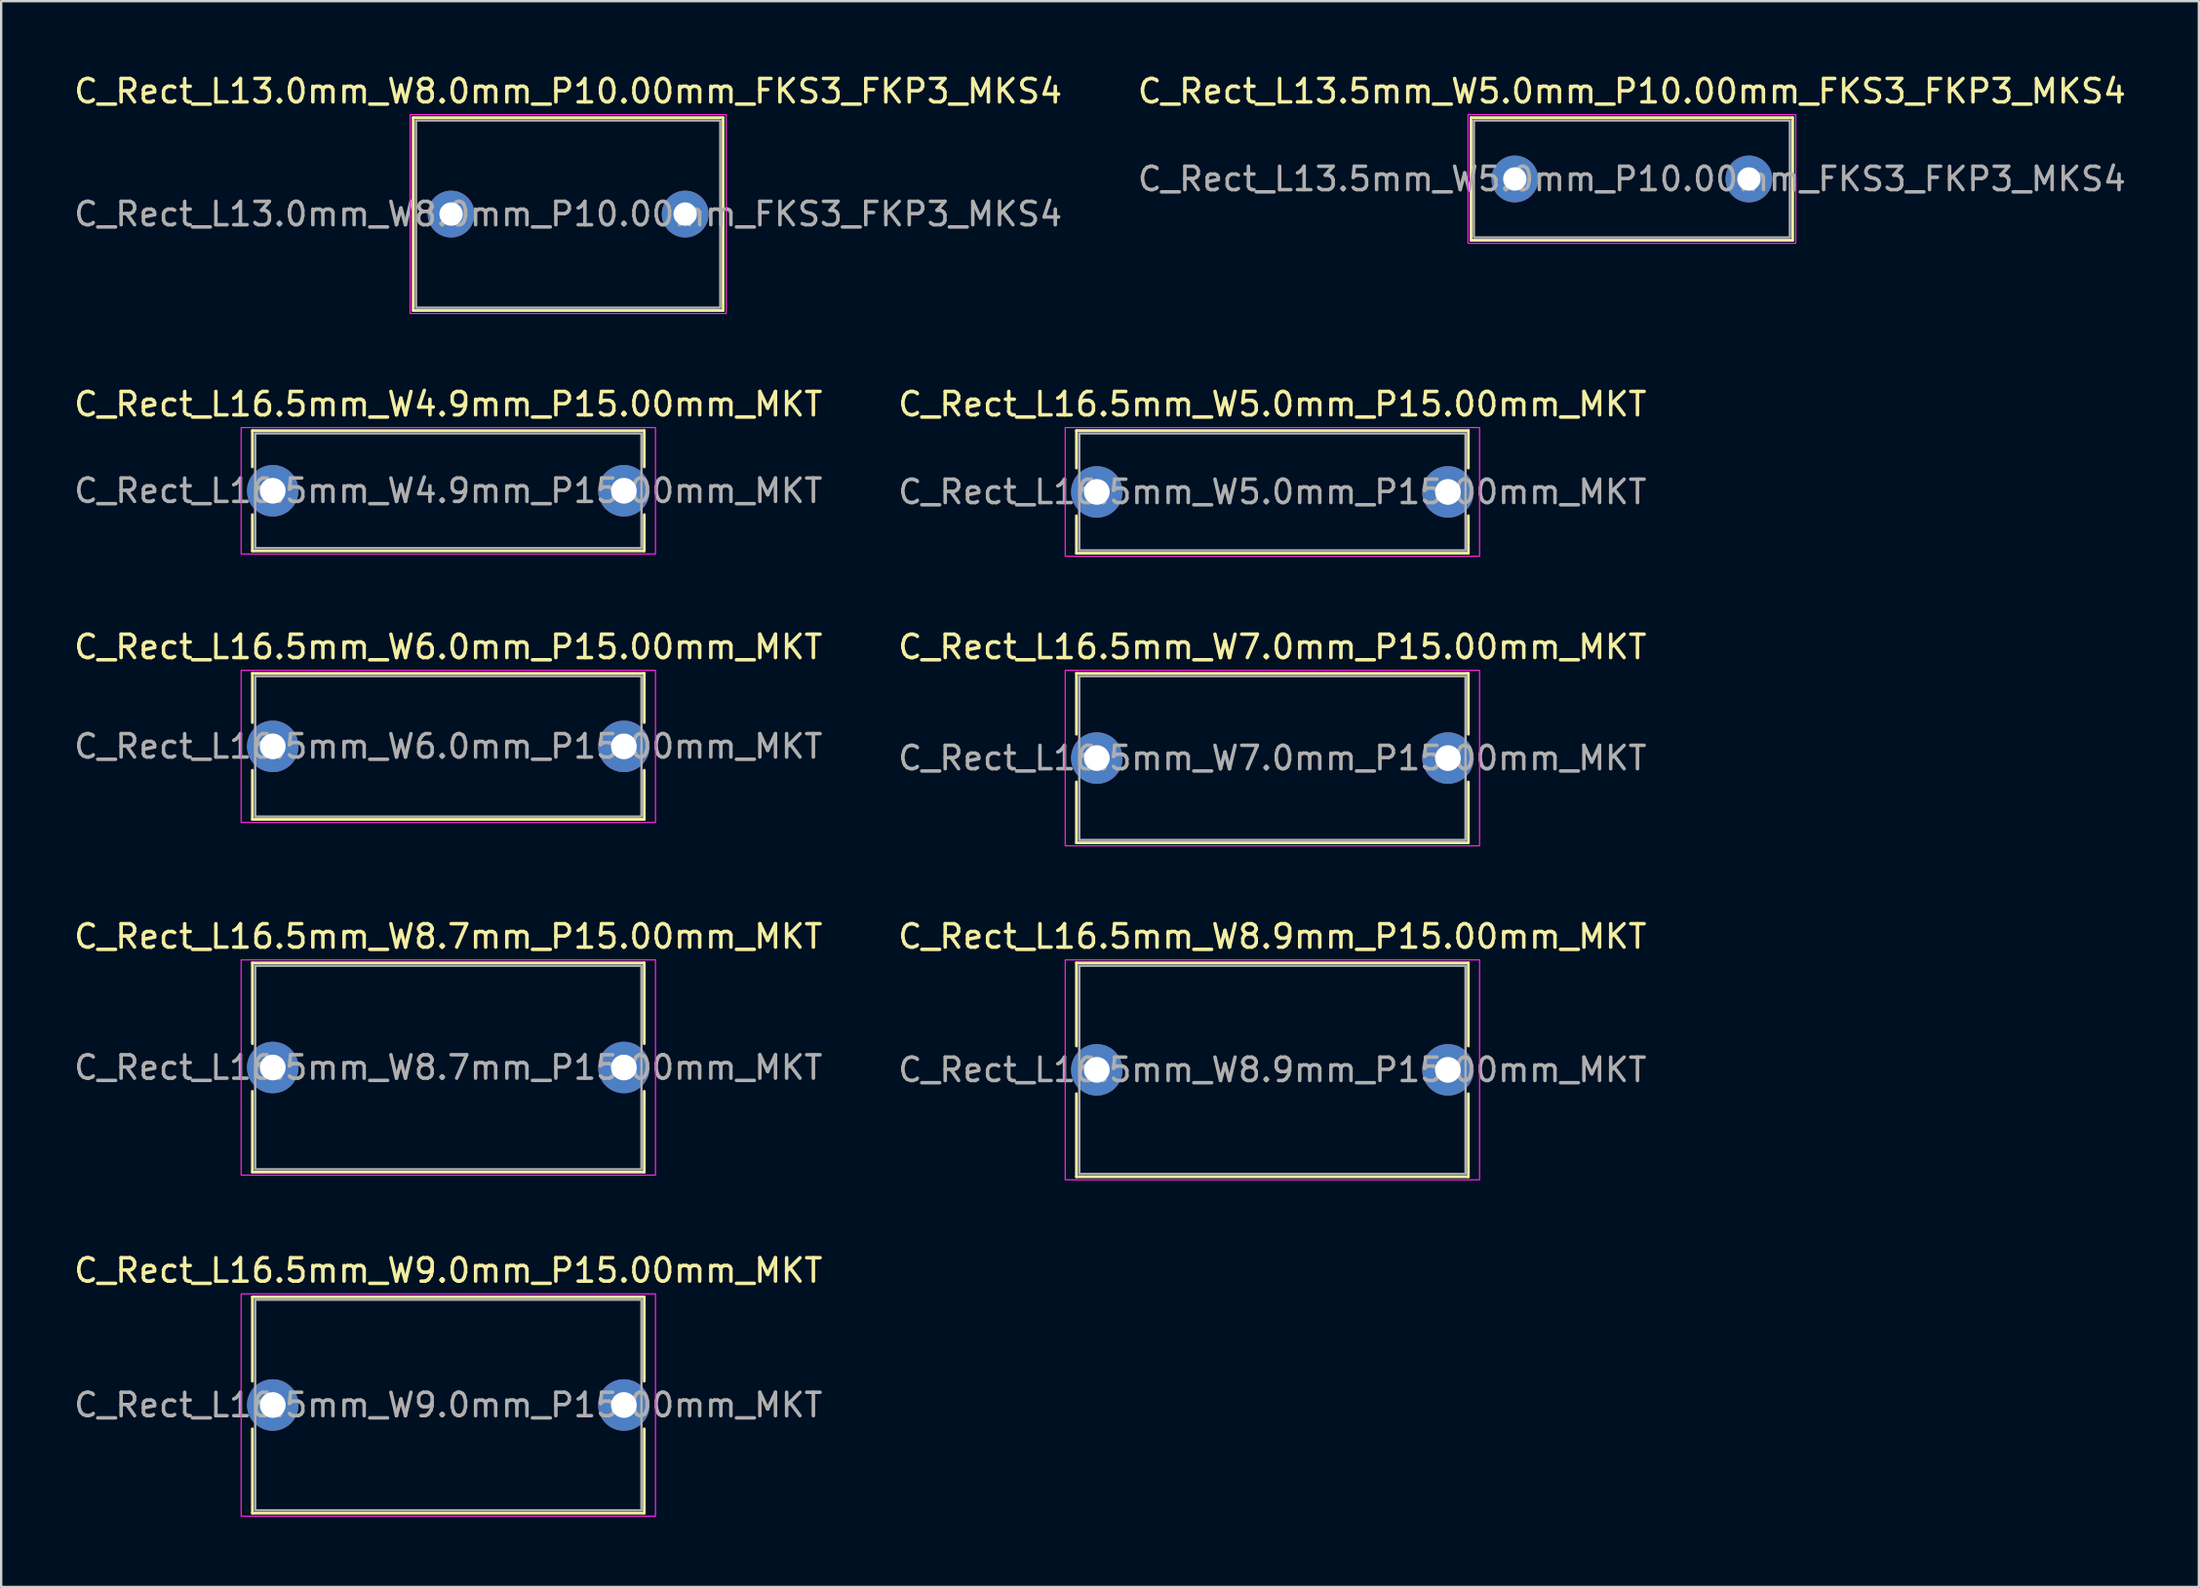
<source format=kicad_pcb>
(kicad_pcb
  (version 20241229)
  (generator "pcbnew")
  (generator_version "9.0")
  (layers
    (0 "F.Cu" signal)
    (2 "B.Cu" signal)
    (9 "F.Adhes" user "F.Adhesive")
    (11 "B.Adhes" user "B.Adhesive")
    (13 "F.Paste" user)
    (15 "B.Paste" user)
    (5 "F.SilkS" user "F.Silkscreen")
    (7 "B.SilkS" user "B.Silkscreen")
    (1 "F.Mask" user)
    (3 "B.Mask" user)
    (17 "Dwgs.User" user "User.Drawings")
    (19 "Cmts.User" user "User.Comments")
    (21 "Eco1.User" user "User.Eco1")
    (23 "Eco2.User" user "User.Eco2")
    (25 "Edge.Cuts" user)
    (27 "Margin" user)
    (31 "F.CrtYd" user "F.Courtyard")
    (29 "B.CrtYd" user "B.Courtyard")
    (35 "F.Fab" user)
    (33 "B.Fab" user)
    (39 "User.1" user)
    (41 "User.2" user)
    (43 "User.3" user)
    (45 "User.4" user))
  (footprint "C_Rect_L16.5mm_W9.0mm_P15.00mm_MKT"
    (layer "F.Cu")
    (at 8.601 56.991)
    (property "Reference" "C_Rect_L16.5mm_W9.0mm_P15.00mm_MKT" (at 7.5 -5.75 0) (layer "F.SilkS") (effects (font (size 1 1) (thickness 0.15))))
    (attr through_hole)
    (fp_line (start -0.87 -4.62) (end -0.87 -1.019) (stroke (width 0.12) (type solid)) (layer "F.SilkS"))
    (fp_line (start -0.87 -4.62) (end 15.87 -4.62) (stroke (width 0.12) (type solid)) (layer "F.SilkS"))
    (fp_line (start -0.87 1.019) (end -0.87 4.62) (stroke (width 0.12) (type solid)) (layer "F.SilkS"))
    (fp_line (start -0.87 4.62) (end 15.87 4.62) (stroke (width 0.12) (type solid)) (layer "F.SilkS"))
    (fp_line (start 15.87 -4.62) (end 15.87 -1.019) (stroke (width 0.12) (type solid)) (layer "F.SilkS"))
    (fp_line (start 15.87 1.019) (end 15.87 4.62) (stroke (width 0.12) (type solid)) (layer "F.SilkS"))
    (fp_rect (start -1.35 -4.75) (end 16.35 4.75) (stroke (width 0.05) (type solid)) (fill no) (layer "F.CrtYd"))
    (fp_rect (start -0.75 -4.5) (end 15.75 4.5) (stroke (width 0.1) (type solid)) (fill no) (layer "F.Fab"))
    (fp_text user "${REFERENCE}" (at 7.5 0 0) (layer "F.Fab") (effects (font (size 1 1) (thickness 0.15))))
    (pad "1" thru_hole circle (at 0 0) (size 2.2 2.2) (drill 1.1) (layers "*.Cu" "*.Mask"))
    (pad "2" thru_hole circle (at 15 0) (size 2.2 2.2) (drill 1.1) (layers "*.Cu" "*.Mask")))
  (footprint "C_Rect_L16.5mm_W6.0mm_P15.00mm_MKT"
    (layer "F.Cu")
    (at 8.601 28.845)
    (property "Reference" "C_Rect_L16.5mm_W6.0mm_P15.00mm_MKT" (at 7.5 -4.25 0) (layer "F.SilkS") (effects (font (size 1 1) (thickness 0.15))))
    (attr through_hole)
    (fp_line (start -0.87 -3.12) (end -0.87 -1.019) (stroke (width 0.12) (type solid)) (layer "F.SilkS"))
    (fp_line (start -0.87 -3.12) (end 15.87 -3.12) (stroke (width 0.12) (type solid)) (layer "F.SilkS"))
    (fp_line (start -0.87 1.019) (end -0.87 3.12) (stroke (width 0.12) (type solid)) (layer "F.SilkS"))
    (fp_line (start -0.87 3.12) (end 15.87 3.12) (stroke (width 0.12) (type solid)) (layer "F.SilkS"))
    (fp_line (start 15.87 -3.12) (end 15.87 -1.019) (stroke (width 0.12) (type solid)) (layer "F.SilkS"))
    (fp_line (start 15.87 1.019) (end 15.87 3.12) (stroke (width 0.12) (type solid)) (layer "F.SilkS"))
    (fp_rect (start -1.35 -3.25) (end 16.35 3.25) (stroke (width 0.05) (type solid)) (fill no) (layer "F.CrtYd"))
    (fp_rect (start -0.75 -3) (end 15.75 3) (stroke (width 0.1) (type solid)) (fill no) (layer "F.Fab"))
    (fp_text user "${REFERENCE}" (at 7.5 0 0) (layer "F.Fab") (effects (font (size 1 1) (thickness 0.15))))
    (pad "1" thru_hole circle (at 0 0) (size 2.2 2.2) (drill 1.1) (layers "*.Cu" "*.Mask"))
    (pad "2" thru_hole circle (at 15 0) (size 2.2 2.2) (drill 1.1) (layers "*.Cu" "*.Mask")))
  (footprint "C_Rect_L16.5mm_W7.0mm_P15.00mm_MKT"
    (layer "F.Cu")
    (at 43.804 29.345)
    (property "Reference" "C_Rect_L16.5mm_W7.0mm_P15.00mm_MKT" (at 7.5 -4.75 0) (layer "F.SilkS") (effects (font (size 1 1) (thickness 0.15))))
    (attr through_hole)
    (fp_line (start -0.87 -3.62) (end -0.87 -1.019) (stroke (width 0.12) (type solid)) (layer "F.SilkS"))
    (fp_line (start -0.87 -3.62) (end 15.87 -3.62) (stroke (width 0.12) (type solid)) (layer "F.SilkS"))
    (fp_line (start -0.87 1.019) (end -0.87 3.62) (stroke (width 0.12) (type solid)) (layer "F.SilkS"))
    (fp_line (start -0.87 3.62) (end 15.87 3.62) (stroke (width 0.12) (type solid)) (layer "F.SilkS"))
    (fp_line (start 15.87 -3.62) (end 15.87 -1.019) (stroke (width 0.12) (type solid)) (layer "F.SilkS"))
    (fp_line (start 15.87 1.019) (end 15.87 3.62) (stroke (width 0.12) (type solid)) (layer "F.SilkS"))
    (fp_rect (start -1.35 -3.75) (end 16.35 3.75) (stroke (width 0.05) (type solid)) (fill no) (layer "F.CrtYd"))
    (fp_rect (start -0.75 -3.5) (end 15.75 3.5) (stroke (width 0.1) (type solid)) (fill no) (layer "F.Fab"))
    (fp_text user "${REFERENCE}" (at 7.5 0 0) (layer "F.Fab") (effects (font (size 1 1) (thickness 0.15))))
    (pad "1" thru_hole circle (at 0 0) (size 2.2 2.2) (drill 1.1) (layers "*.Cu" "*.Mask"))
    (pad "2" thru_hole circle (at 15 0) (size 2.2 2.2) (drill 1.1) (layers "*.Cu" "*.Mask")))
  (footprint "C_Rect_L13.0mm_W8.0mm_P10.00mm_FKS3_FKP3_MKS4"
    (layer "F.Cu")
    (at 16.22 6.098)
    (property "Reference" "C_Rect_L13.0mm_W8.0mm_P10.00mm_FKS3_FKP3_MKS4" (at 5 -5.25 0) (layer "F.SilkS") (effects (font (size 1 1) (thickness 0.15))))
    (attr through_hole)
    (fp_line (start -1.62 -4.12) (end -1.62 4.12) (stroke (width 0.12) (type solid)) (layer "F.SilkS"))
    (fp_line (start -1.62 -4.12) (end 11.62 -4.12) (stroke (width 0.12) (type solid)) (layer "F.SilkS"))
    (fp_line (start -1.62 4.12) (end 11.62 4.12) (stroke (width 0.12) (type solid)) (layer "F.SilkS"))
    (fp_line (start 11.62 -4.12) (end 11.62 4.12) (stroke (width 0.12) (type solid)) (layer "F.SilkS"))
    (fp_rect (start -1.75 -4.25) (end 11.75 4.25) (stroke (width 0.05) (type solid)) (fill no) (layer "F.CrtYd"))
    (fp_rect (start -1.5 -4) (end 11.5 4) (stroke (width 0.1) (type solid)) (fill no) (layer "F.Fab"))
    (fp_text user "${REFERENCE}" (at 5 0 0) (layer "F.Fab") (effects (font (size 1 1) (thickness 0.15))))
    (pad "1" thru_hole circle (at 0 0) (size 2 2) (drill 1) (layers "*.Cu" "*.Mask"))
    (pad "2" thru_hole circle (at 10 0) (size 2 2) (drill 1) (layers "*.Cu" "*.Mask")))
  (footprint "C_Rect_L13.5mm_W5.0mm_P10.00mm_FKS3_FKP3_MKS4"
    (layer "F.Cu")
    (at 61.661 4.598)
    (property "Reference" "C_Rect_L13.5mm_W5.0mm_P10.00mm_FKS3_FKP3_MKS4" (at 5 -3.75 0) (layer "F.SilkS") (effects (font (size 1 1) (thickness 0.15))))
    (attr through_hole)
    (fp_line (start -1.87 -2.62) (end -1.87 2.62) (stroke (width 0.12) (type solid)) (layer "F.SilkS"))
    (fp_line (start -1.87 -2.62) (end 11.87 -2.62) (stroke (width 0.12) (type solid)) (layer "F.SilkS"))
    (fp_line (start -1.87 2.62) (end 11.87 2.62) (stroke (width 0.12) (type solid)) (layer "F.SilkS"))
    (fp_line (start 11.87 -2.62) (end 11.87 2.62) (stroke (width 0.12) (type solid)) (layer "F.SilkS"))
    (fp_rect (start -2 -2.75) (end 12 2.75) (stroke (width 0.05) (type solid)) (fill no) (layer "F.CrtYd"))
    (fp_rect (start -1.75 -2.5) (end 11.75 2.5) (stroke (width 0.1) (type solid)) (fill no) (layer "F.Fab"))
    (fp_text user "${REFERENCE}" (at 5 0 0) (layer "F.Fab") (effects (font (size 1 1) (thickness 0.15))))
    (pad "1" thru_hole circle (at 0 0) (size 2 2) (drill 1) (layers "*.Cu" "*.Mask"))
    (pad "2" thru_hole circle (at 10 0) (size 2 2) (drill 1) (layers "*.Cu" "*.Mask")))
  (footprint "C_Rect_L16.5mm_W8.9mm_P15.00mm_MKT"
    (layer "F.Cu")
    (at 43.804 42.668)
    (property "Reference" "C_Rect_L16.5mm_W8.9mm_P15.00mm_MKT" (at 7.5 -5.7 0) (layer "F.SilkS") (effects (font (size 1 1) (thickness 0.15))))
    (attr through_hole)
    (fp_line (start -0.87 -4.57) (end -0.87 -1.019) (stroke (width 0.12) (type solid)) (layer "F.SilkS"))
    (fp_line (start -0.87 -4.57) (end 15.87 -4.57) (stroke (width 0.12) (type solid)) (layer "F.SilkS"))
    (fp_line (start -0.87 1.019) (end -0.87 4.57) (stroke (width 0.12) (type solid)) (layer "F.SilkS"))
    (fp_line (start -0.87 4.57) (end 15.87 4.57) (stroke (width 0.12) (type solid)) (layer "F.SilkS"))
    (fp_line (start 15.87 -4.57) (end 15.87 -1.019) (stroke (width 0.12) (type solid)) (layer "F.SilkS"))
    (fp_line (start 15.87 1.019) (end 15.87 4.57) (stroke (width 0.12) (type solid)) (layer "F.SilkS"))
    (fp_rect (start -1.35 -4.7) (end 16.35 4.7) (stroke (width 0.05) (type solid)) (fill no) (layer "F.CrtYd"))
    (fp_rect (start -0.75 -4.45) (end 15.75 4.45) (stroke (width 0.1) (type solid)) (fill no) (layer "F.Fab"))
    (fp_text user "${REFERENCE}" (at 7.5 0 0) (layer "F.Fab") (effects (font (size 1 1) (thickness 0.15))))
    (pad "1" thru_hole circle (at 0 0) (size 2.2 2.2) (drill 1.1) (layers "*.Cu" "*.Mask"))
    (pad "2" thru_hole circle (at 15 0) (size 2.2 2.2) (drill 1.1) (layers "*.Cu" "*.Mask")))
  (footprint "C_Rect_L16.5mm_W8.7mm_P15.00mm_MKT"
    (layer "F.Cu")
    (at 8.601 42.568)
    (property "Reference" "C_Rect_L16.5mm_W8.7mm_P15.00mm_MKT" (at 7.5 -5.6 0) (layer "F.SilkS") (effects (font (size 1 1) (thickness 0.15))))
    (attr through_hole)
    (fp_line (start -0.87 -4.47) (end -0.87 -1.019) (stroke (width 0.12) (type solid)) (layer "F.SilkS"))
    (fp_line (start -0.87 -4.47) (end 15.87 -4.47) (stroke (width 0.12) (type solid)) (layer "F.SilkS"))
    (fp_line (start -0.87 1.019) (end -0.87 4.47) (stroke (width 0.12) (type solid)) (layer "F.SilkS"))
    (fp_line (start -0.87 4.47) (end 15.87 4.47) (stroke (width 0.12) (type solid)) (layer "F.SilkS"))
    (fp_line (start 15.87 -4.47) (end 15.87 -1.019) (stroke (width 0.12) (type solid)) (layer "F.SilkS"))
    (fp_line (start 15.87 1.019) (end 15.87 4.47) (stroke (width 0.12) (type solid)) (layer "F.SilkS"))
    (fp_rect (start -1.35 -4.6) (end 16.35 4.6) (stroke (width 0.05) (type solid)) (fill no) (layer "F.CrtYd"))
    (fp_rect (start -0.75 -4.35) (end 15.75 4.35) (stroke (width 0.1) (type solid)) (fill no) (layer "F.Fab"))
    (fp_text user "${REFERENCE}" (at 7.5 0 0) (layer "F.Fab") (effects (font (size 1 1) (thickness 0.15))))
    (pad "1" thru_hole circle (at 0 0) (size 2.2 2.2) (drill 1.1) (layers "*.Cu" "*.Mask"))
    (pad "2" thru_hole circle (at 15 0) (size 2.2 2.2) (drill 1.1) (layers "*.Cu" "*.Mask")))
  (footprint "C_Rect_L16.5mm_W5.0mm_P15.00mm_MKT"
    (layer "F.Cu")
    (at 43.804 17.971)
    (property "Reference" "C_Rect_L16.5mm_W5.0mm_P15.00mm_MKT" (at 7.5 -3.75 0) (layer "F.SilkS") (effects (font (size 1 1) (thickness 0.15))))
    (attr through_hole)
    (fp_line (start -0.87 -2.62) (end -0.87 -1.019) (stroke (width 0.12) (type solid)) (layer "F.SilkS"))
    (fp_line (start -0.87 -2.62) (end 15.87 -2.62) (stroke (width 0.12) (type solid)) (layer "F.SilkS"))
    (fp_line (start -0.87 1.019) (end -0.87 2.62) (stroke (width 0.12) (type solid)) (layer "F.SilkS"))
    (fp_line (start -0.87 2.62) (end 15.87 2.62) (stroke (width 0.12) (type solid)) (layer "F.SilkS"))
    (fp_line (start 15.87 -2.62) (end 15.87 -1.019) (stroke (width 0.12) (type solid)) (layer "F.SilkS"))
    (fp_line (start 15.87 1.019) (end 15.87 2.62) (stroke (width 0.12) (type solid)) (layer "F.SilkS"))
    (fp_rect (start -1.35 -2.75) (end 16.35 2.75) (stroke (width 0.05) (type solid)) (fill no) (layer "F.CrtYd"))
    (fp_rect (start -0.75 -2.5) (end 15.75 2.5) (stroke (width 0.1) (type solid)) (fill no) (layer "F.Fab"))
    (fp_text user "${REFERENCE}" (at 7.5 0 0) (layer "F.Fab") (effects (font (size 1 1) (thickness 0.15))))
    (pad "1" thru_hole circle (at 0 0) (size 2.2 2.2) (drill 1.1) (layers "*.Cu" "*.Mask"))
    (pad "2" thru_hole circle (at 15 0) (size 2.2 2.2) (drill 1.1) (layers "*.Cu" "*.Mask")))
  (footprint "C_Rect_L16.5mm_W4.9mm_P15.00mm_MKT"
    (layer "F.Cu")
    (at 8.601 17.922)
    (property "Reference" "C_Rect_L16.5mm_W4.9mm_P15.00mm_MKT" (at 7.5 -3.7 0) (layer "F.SilkS") (effects (font (size 1 1) (thickness 0.15))))
    (attr through_hole)
    (fp_line (start -0.87 -2.57) (end -0.87 -1.019) (stroke (width 0.12) (type solid)) (layer "F.SilkS"))
    (fp_line (start -0.87 -2.57) (end 15.87 -2.57) (stroke (width 0.12) (type solid)) (layer "F.SilkS"))
    (fp_line (start -0.87 1.019) (end -0.87 2.57) (stroke (width 0.12) (type solid)) (layer "F.SilkS"))
    (fp_line (start -0.87 2.57) (end 15.87 2.57) (stroke (width 0.12) (type solid)) (layer "F.SilkS"))
    (fp_line (start 15.87 -2.57) (end 15.87 -1.019) (stroke (width 0.12) (type solid)) (layer "F.SilkS"))
    (fp_line (start 15.87 1.019) (end 15.87 2.57) (stroke (width 0.12) (type solid)) (layer "F.SilkS"))
    (fp_rect (start -1.35 -2.7) (end 16.35 2.7) (stroke (width 0.05) (type solid)) (fill no) (layer "F.CrtYd"))
    (fp_rect (start -0.75 -2.45) (end 15.75 2.45) (stroke (width 0.1) (type solid)) (fill no) (layer "F.Fab"))
    (fp_text user "${REFERENCE}" (at 7.5 0 0) (layer "F.Fab") (effects (font (size 1 1) (thickness 0.15))))
    (pad "1" thru_hole circle (at 0 0) (size 2.2 2.2) (drill 1.1) (layers "*.Cu" "*.Mask"))
    (pad "2" thru_hole circle (at 15 0) (size 2.2 2.2) (drill 1.1) (layers "*.Cu" "*.Mask")))
  (gr_rect
    (start -3 -3)
    (end 90.881 64.766)
    (stroke (width 0.1) (type default))
    (fill no)
    (layer "Edge.Cuts")))
</source>
